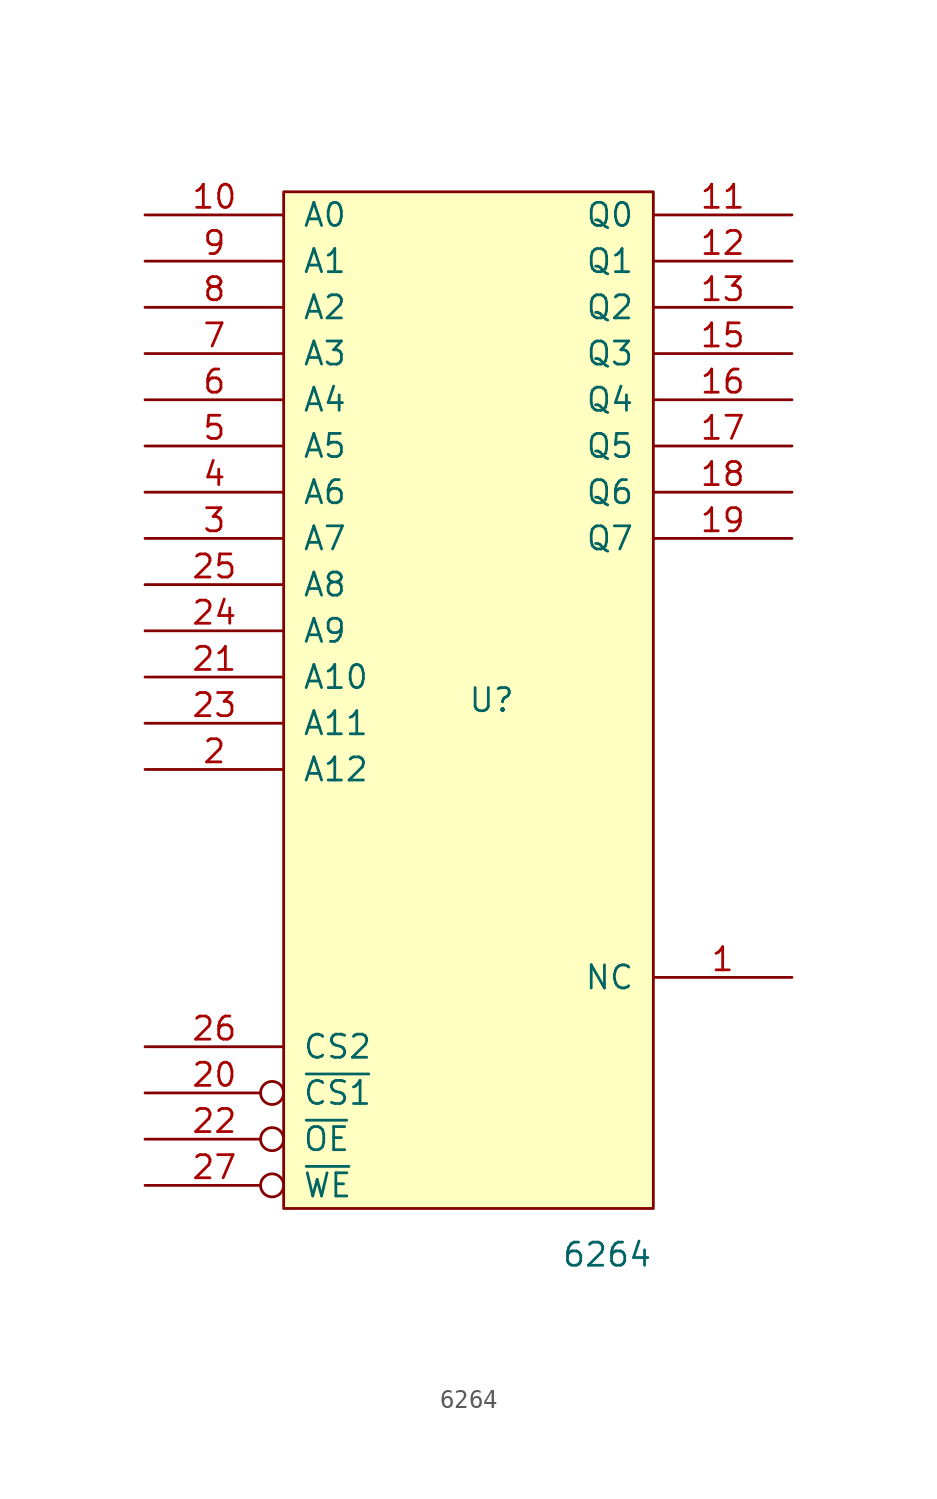
<source format=kicad_sym>
(kicad_symbol_lib
  (version 20211014)
  (generator kicad_symbol_editor)
  (symbol "6264"
    (pin_names
      (offset 1.016))
    (property "Reference" "U"
      (at 1.27 0 0)
      (effects (font (size 1.27 1.27))))
    (property "Value" "6264"
      (at 7.62 -30.48 0)
      (effects (font (size 1.27 1.27))))
    (symbol "6264_0_0"
      (pin power_in line (at 0 -27.94 90) (length 0) hide (name "GND" (effects (font (size 1.27 1.27)))) (number "14" (effects (font (size 1.27 1.27)))))
      (pin power_in line (at 0 27.94 270) (length 0) hide (name "VCC" (effects (font (size 1.27 1.27)))) (number "28" (effects (font (size 1.27 1.27))))))
    (symbol "6264_0_1"
      (rectangle (start -10.16 27.94) (end 10.16 -27.94) (stroke (width 0) (type default) (color 0 0 0 0)) (fill (type background))))
    (symbol "6264_1_1"
      (pin bidirectional line (at 17.78 -15.24 180) (length 7.62) (name "NC" (effects (font (size 1.27 1.27)))) (number "1" (effects (font (size 1.27 1.27)))))
      (pin input line (at -17.78 26.67 0) (length 7.62) (name "A0" (effects (font (size 1.27 1.27)))) (number "10" (effects (font (size 1.27 1.27)))))
      (pin tri_state line (at 17.78 26.67 180) (length 7.62) (name "Q0" (effects (font (size 1.27 1.27)))) (number "11" (effects (font (size 1.27 1.27)))))
      (pin tri_state line (at 17.78 24.13 180) (length 7.62) (name "Q1" (effects (font (size 1.27 1.27)))) (number "12" (effects (font (size 1.27 1.27)))))
      (pin tri_state line (at 17.78 21.59 180) (length 7.62) (name "Q2" (effects (font (size 1.27 1.27)))) (number "13" (effects (font (size 1.27 1.27)))))
      (pin tri_state line (at 17.78 19.05 180) (length 7.62) (name "Q3" (effects (font (size 1.27 1.27)))) (number "15" (effects (font (size 1.27 1.27)))))
      (pin tri_state line (at 17.78 16.51 180) (length 7.62) (name "Q4" (effects (font (size 1.27 1.27)))) (number "16" (effects (font (size 1.27 1.27)))))
      (pin tri_state line (at 17.78 13.97 180) (length 7.62) (name "Q5" (effects (font (size 1.27 1.27)))) (number "17" (effects (font (size 1.27 1.27)))))
      (pin tri_state line (at 17.78 11.43 180) (length 7.62) (name "Q6" (effects (font (size 1.27 1.27)))) (number "18" (effects (font (size 1.27 1.27)))))
      (pin tri_state line (at 17.78 8.89 180) (length 7.62) (name "Q7" (effects (font (size 1.27 1.27)))) (number "19" (effects (font (size 1.27 1.27)))))
      (pin input line (at -17.78 -3.81 0) (length 7.62) (name "A12" (effects (font (size 1.27 1.27)))) (number "2" (effects (font (size 1.27 1.27)))))
      (pin input inverted (at -17.78 -21.59 0) (length 7.62) (name "~{CS1}" (effects (font (size 1.27 1.27)))) (number "20" (effects (font (size 1.27 1.27)))))
      (pin input line (at -17.78 1.27 0) (length 7.62) (name "A10" (effects (font (size 1.27 1.27)))) (number "21" (effects (font (size 1.27 1.27)))))
      (pin input inverted (at -17.78 -24.13 0) (length 7.62) (name "~{OE}" (effects (font (size 1.27 1.27)))) (number "22" (effects (font (size 1.27 1.27)))))
      (pin input line (at -17.78 -1.27 0) (length 7.62) (name "A11" (effects (font (size 1.27 1.27)))) (number "23" (effects (font (size 1.27 1.27)))))
      (pin input line (at -17.78 3.81 0) (length 7.62) (name "A9" (effects (font (size 1.27 1.27)))) (number "24" (effects (font (size 1.27 1.27)))))
      (pin input line (at -17.78 6.35 0) (length 7.62) (name "A8" (effects (font (size 1.27 1.27)))) (number "25" (effects (font (size 1.27 1.27)))))
      (pin input line (at -17.78 -19.05 0) (length 7.62) (name "CS2" (effects (font (size 1.27 1.27)))) (number "26" (effects (font (size 1.27 1.27)))))
      (pin input inverted (at -17.78 -26.67 0) (length 7.62) (name "~{WE}" (effects (font (size 1.27 1.27)))) (number "27" (effects (font (size 1.27 1.27)))))
      (pin input line (at -17.78 8.89 0) (length 7.62) (name "A7" (effects (font (size 1.27 1.27)))) (number "3" (effects (font (size 1.27 1.27)))))
      (pin input line (at -17.78 11.43 0) (length 7.62) (name "A6" (effects (font (size 1.27 1.27)))) (number "4" (effects (font (size 1.27 1.27)))))
      (pin input line (at -17.78 13.97 0) (length 7.62) (name "A5" (effects (font (size 1.27 1.27)))) (number "5" (effects (font (size 1.27 1.27)))))
      (pin input line (at -17.78 16.51 0) (length 7.62) (name "A4" (effects (font (size 1.27 1.27)))) (number "6" (effects (font (size 1.27 1.27)))))
      (pin input line (at -17.78 19.05 0) (length 7.62) (name "A3" (effects (font (size 1.27 1.27)))) (number "7" (effects (font (size 1.27 1.27)))))
      (pin input line (at -17.78 21.59 0) (length 7.62) (name "A2" (effects (font (size 1.27 1.27)))) (number "8" (effects (font (size 1.27 1.27)))))
      (pin input line (at -17.78 24.13 0) (length 7.62) (name "A1" (effects (font (size 1.27 1.27)))) (number "9" (effects (font (size 1.27 1.27))))))))
</source>
